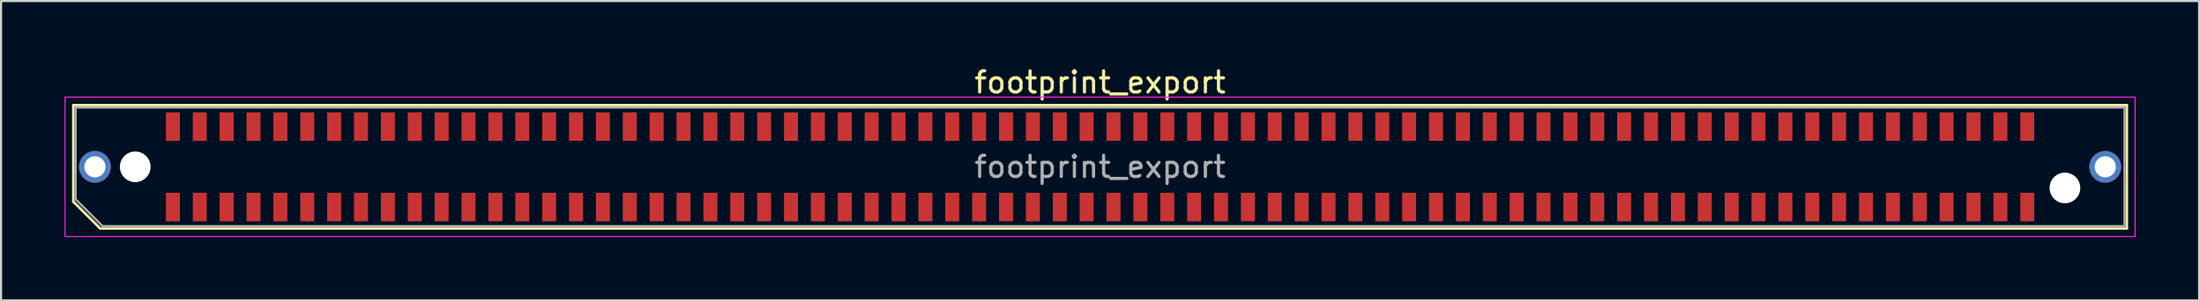
<source format=kicad_pcb>
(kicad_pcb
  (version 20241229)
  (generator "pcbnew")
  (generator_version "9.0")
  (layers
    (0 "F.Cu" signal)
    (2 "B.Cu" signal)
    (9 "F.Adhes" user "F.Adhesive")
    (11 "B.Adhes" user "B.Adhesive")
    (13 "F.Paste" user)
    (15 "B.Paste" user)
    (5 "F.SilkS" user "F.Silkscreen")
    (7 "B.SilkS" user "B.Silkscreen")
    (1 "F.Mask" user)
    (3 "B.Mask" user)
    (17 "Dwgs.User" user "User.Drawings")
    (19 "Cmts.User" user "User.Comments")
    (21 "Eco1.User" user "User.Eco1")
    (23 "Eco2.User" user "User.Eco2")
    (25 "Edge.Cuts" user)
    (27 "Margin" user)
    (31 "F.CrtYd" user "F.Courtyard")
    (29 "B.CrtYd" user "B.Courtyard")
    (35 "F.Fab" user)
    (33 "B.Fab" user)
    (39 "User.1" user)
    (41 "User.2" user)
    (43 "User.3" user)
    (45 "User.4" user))
  (footprint "footprint_export"
    (layer "F.Cu")
    (at 48.935 4.848)
    (property "Reference" "footprint_export" (at 0 -4 0) (layer "F.SilkS") (effects (font (size 1 1) (thickness 0.15))))
    (attr smd)
    (fp_line (start -48.52 -2.92) (end 48.52 -2.92) (stroke (width 0.12) (type solid)) (layer "F.SilkS"))
    (fp_line (start -48.52 1.65) (end -48.52 -2.92) (stroke (width 0.12) (type solid)) (layer "F.SilkS"))
    (fp_line (start -47.25 2.92) (end -48.52 1.65) (stroke (width 0.12) (type solid)) (layer "F.SilkS"))
    (fp_line (start -47.25 2.92) (end 48.52 2.92) (stroke (width 0.12) (type solid)) (layer "F.SilkS"))
    (fp_line (start 48.52 2.92) (end 48.52 -2.92) (stroke (width 0.12) (type solid)) (layer "F.SilkS"))
    (fp_line (start -48.91 -3.3) (end -48.91 3.3) (stroke (width 0.05) (type solid)) (layer "F.CrtYd"))
    (fp_line (start -48.91 3.3) (end 48.91 3.3) (stroke (width 0.05) (type solid)) (layer "F.CrtYd"))
    (fp_line (start 48.91 -3.3) (end -48.91 -3.3) (stroke (width 0.05) (type solid)) (layer "F.CrtYd"))
    (fp_line (start 48.91 3.3) (end 48.91 -3.3) (stroke (width 0.05) (type solid)) (layer "F.CrtYd"))
    (fp_line (start -48.41 -2.805) (end 48.41 -2.805) (stroke (width 0.1) (type solid)) (layer "F.Fab"))
    (fp_line (start -48.41 1.535) (end -48.41 -2.805) (stroke (width 0.1) (type solid)) (layer "F.Fab"))
    (fp_line (start -48.41 1.535) (end -47.14 2.805) (stroke (width 0.1) (type solid)) (layer "F.Fab"))
    (fp_line (start -47.14 2.805) (end 48.41 2.805) (stroke (width 0.1) (type solid)) (layer "F.Fab"))
    (fp_line (start 48.41 2.805) (end 48.41 -2.805) (stroke (width 0.1) (type solid)) (layer "F.Fab"))
    (fp_text user "${REFERENCE}" (at 0 0 0) (layer "F.Fab") (effects (font (size 1 1) (thickness 0.15))))
    (pad "" thru_hole circle (at -47.5 0) (size 1.5 1.5) (drill 1) (layers "*.Cu" "*.Mask"))
    (pad "" np_thru_hole circle (at -45.595 0) (size 1.45 1.45) (drill 1.45) (layers "*.Cu" "*.Mask"))
    (pad "" np_thru_hole circle (at 45.595 1) (size 1.45 1.45) (drill 1.45) (layers "*.Cu" "*.Mask"))
    (pad "" thru_hole circle (at 47.5 0) (size 1.5 1.5) (drill 1) (layers "*.Cu" "*.Mask"))
    (pad "1" smd rect (at -43.815 1.905) (size 0.66 1.35) (layers "F.Cu" "F.Mask" "F.Paste"))
    (pad "2" smd rect (at -43.815 -1.905) (size 0.66 1.35) (layers "F.Cu" "F.Mask" "F.Paste"))
    (pad "3" smd rect (at -42.545 1.905) (size 0.66 1.35) (layers "F.Cu" "F.Mask" "F.Paste"))
    (pad "4" smd rect (at -42.545 -1.905) (size 0.66 1.35) (layers "F.Cu" "F.Mask" "F.Paste"))
    (pad "5" smd rect (at -41.275 1.905) (size 0.66 1.35) (layers "F.Cu" "F.Mask" "F.Paste"))
    (pad "6" smd rect (at -41.275 -1.905) (size 0.66 1.35) (layers "F.Cu" "F.Mask" "F.Paste"))
    (pad "7" smd rect (at -40.005 1.905) (size 0.66 1.35) (layers "F.Cu" "F.Mask" "F.Paste"))
    (pad "8" smd rect (at -40.005 -1.905) (size 0.66 1.35) (layers "F.Cu" "F.Mask" "F.Paste"))
    (pad "9" smd rect (at -38.735 1.905) (size 0.66 1.35) (layers "F.Cu" "F.Mask" "F.Paste"))
    (pad "10" smd rect (at -38.735 -1.905) (size 0.66 1.35) (layers "F.Cu" "F.Mask" "F.Paste"))
    (pad "11" smd rect (at -37.465 1.905) (size 0.66 1.35) (layers "F.Cu" "F.Mask" "F.Paste"))
    (pad "12" smd rect (at -37.465 -1.905) (size 0.66 1.35) (layers "F.Cu" "F.Mask" "F.Paste"))
    (pad "13" smd rect (at -36.195 1.905) (size 0.66 1.35) (layers "F.Cu" "F.Mask" "F.Paste"))
    (pad "14" smd rect (at -36.195 -1.905) (size 0.66 1.35) (layers "F.Cu" "F.Mask" "F.Paste"))
    (pad "15" smd rect (at -34.925 1.905) (size 0.66 1.35) (layers "F.Cu" "F.Mask" "F.Paste"))
    (pad "16" smd rect (at -34.925 -1.905) (size 0.66 1.35) (layers "F.Cu" "F.Mask" "F.Paste"))
    (pad "17" smd rect (at -33.655 1.905) (size 0.66 1.35) (layers "F.Cu" "F.Mask" "F.Paste"))
    (pad "18" smd rect (at -33.655 -1.905) (size 0.66 1.35) (layers "F.Cu" "F.Mask" "F.Paste"))
    (pad "19" smd rect (at -32.385 1.905) (size 0.66 1.35) (layers "F.Cu" "F.Mask" "F.Paste"))
    (pad "20" smd rect (at -32.385 -1.905) (size 0.66 1.35) (layers "F.Cu" "F.Mask" "F.Paste"))
    (pad "21" smd rect (at -31.115 1.905) (size 0.66 1.35) (layers "F.Cu" "F.Mask" "F.Paste"))
    (pad "22" smd rect (at -31.115 -1.905) (size 0.66 1.35) (layers "F.Cu" "F.Mask" "F.Paste"))
    (pad "23" smd rect (at -29.845 1.905) (size 0.66 1.35) (layers "F.Cu" "F.Mask" "F.Paste"))
    (pad "24" smd rect (at -29.845 -1.905) (size 0.66 1.35) (layers "F.Cu" "F.Mask" "F.Paste"))
    (pad "25" smd rect (at -28.575 1.905) (size 0.66 1.35) (layers "F.Cu" "F.Mask" "F.Paste"))
    (pad "26" smd rect (at -28.575 -1.905) (size 0.66 1.35) (layers "F.Cu" "F.Mask" "F.Paste"))
    (pad "27" smd rect (at -27.305 1.905) (size 0.66 1.35) (layers "F.Cu" "F.Mask" "F.Paste"))
    (pad "28" smd rect (at -27.305 -1.905) (size 0.66 1.35) (layers "F.Cu" "F.Mask" "F.Paste"))
    (pad "29" smd rect (at -26.035 1.905) (size 0.66 1.35) (layers "F.Cu" "F.Mask" "F.Paste"))
    (pad "30" smd rect (at -26.035 -1.905) (size 0.66 1.35) (layers "F.Cu" "F.Mask" "F.Paste"))
    (pad "31" smd rect (at -24.765 1.905) (size 0.66 1.35) (layers "F.Cu" "F.Mask" "F.Paste"))
    (pad "32" smd rect (at -24.765 -1.905) (size 0.66 1.35) (layers "F.Cu" "F.Mask" "F.Paste"))
    (pad "33" smd rect (at -23.495 1.905) (size 0.66 1.35) (layers "F.Cu" "F.Mask" "F.Paste"))
    (pad "34" smd rect (at -23.495 -1.905) (size 0.66 1.35) (layers "F.Cu" "F.Mask" "F.Paste"))
    (pad "35" smd rect (at -22.225 1.905) (size 0.66 1.35) (layers "F.Cu" "F.Mask" "F.Paste"))
    (pad "36" smd rect (at -22.225 -1.905) (size 0.66 1.35) (layers "F.Cu" "F.Mask" "F.Paste"))
    (pad "37" smd rect (at -20.955 1.905) (size 0.66 1.35) (layers "F.Cu" "F.Mask" "F.Paste"))
    (pad "38" smd rect (at -20.955 -1.905) (size 0.66 1.35) (layers "F.Cu" "F.Mask" "F.Paste"))
    (pad "39" smd rect (at -19.685 1.905) (size 0.66 1.35) (layers "F.Cu" "F.Mask" "F.Paste"))
    (pad "40" smd rect (at -19.685 -1.905) (size 0.66 1.35) (layers "F.Cu" "F.Mask" "F.Paste"))
    (pad "41" smd rect (at -18.415 1.905) (size 0.66 1.35) (layers "F.Cu" "F.Mask" "F.Paste"))
    (pad "42" smd rect (at -18.415 -1.905) (size 0.66 1.35) (layers "F.Cu" "F.Mask" "F.Paste"))
    (pad "43" smd rect (at -17.145 1.905) (size 0.66 1.35) (layers "F.Cu" "F.Mask" "F.Paste"))
    (pad "44" smd rect (at -17.145 -1.905) (size 0.66 1.35) (layers "F.Cu" "F.Mask" "F.Paste"))
    (pad "45" smd rect (at -15.875 1.905) (size 0.66 1.35) (layers "F.Cu" "F.Mask" "F.Paste"))
    (pad "46" smd rect (at -15.875 -1.905) (size 0.66 1.35) (layers "F.Cu" "F.Mask" "F.Paste"))
    (pad "47" smd rect (at -14.605 1.905) (size 0.66 1.35) (layers "F.Cu" "F.Mask" "F.Paste"))
    (pad "48" smd rect (at -14.605 -1.905) (size 0.66 1.35) (layers "F.Cu" "F.Mask" "F.Paste"))
    (pad "49" smd rect (at -13.335 1.905) (size 0.66 1.35) (layers "F.Cu" "F.Mask" "F.Paste"))
    (pad "50" smd rect (at -13.335 -1.905) (size 0.66 1.35) (layers "F.Cu" "F.Mask" "F.Paste"))
    (pad "51" smd rect (at -12.065 1.905) (size 0.66 1.35) (layers "F.Cu" "F.Mask" "F.Paste"))
    (pad "52" smd rect (at -12.065 -1.905) (size 0.66 1.35) (layers "F.Cu" "F.Mask" "F.Paste"))
    (pad "53" smd rect (at -10.795 1.905) (size 0.66 1.35) (layers "F.Cu" "F.Mask" "F.Paste"))
    (pad "54" smd rect (at -10.795 -1.905) (size 0.66 1.35) (layers "F.Cu" "F.Mask" "F.Paste"))
    (pad "55" smd rect (at -9.525 1.905) (size 0.66 1.35) (layers "F.Cu" "F.Mask" "F.Paste"))
    (pad "56" smd rect (at -9.525 -1.905) (size 0.66 1.35) (layers "F.Cu" "F.Mask" "F.Paste"))
    (pad "57" smd rect (at -8.255 1.905) (size 0.66 1.35) (layers "F.Cu" "F.Mask" "F.Paste"))
    (pad "58" smd rect (at -8.255 -1.905) (size 0.66 1.35) (layers "F.Cu" "F.Mask" "F.Paste"))
    (pad "59" smd rect (at -6.985 1.905) (size 0.66 1.35) (layers "F.Cu" "F.Mask" "F.Paste"))
    (pad "60" smd rect (at -6.985 -1.905) (size 0.66 1.35) (layers "F.Cu" "F.Mask" "F.Paste"))
    (pad "61" smd rect (at -5.715 1.905) (size 0.66 1.35) (layers "F.Cu" "F.Mask" "F.Paste"))
    (pad "62" smd rect (at -5.715 -1.905) (size 0.66 1.35) (layers "F.Cu" "F.Mask" "F.Paste"))
    (pad "63" smd rect (at -4.445 1.905) (size 0.66 1.35) (layers "F.Cu" "F.Mask" "F.Paste"))
    (pad "64" smd rect (at -4.445 -1.905) (size 0.66 1.35) (layers "F.Cu" "F.Mask" "F.Paste"))
    (pad "65" smd rect (at -3.175 1.905) (size 0.66 1.35) (layers "F.Cu" "F.Mask" "F.Paste"))
    (pad "66" smd rect (at -3.175 -1.905) (size 0.66 1.35) (layers "F.Cu" "F.Mask" "F.Paste"))
    (pad "67" smd rect (at -1.905 1.905) (size 0.66 1.35) (layers "F.Cu" "F.Mask" "F.Paste"))
    (pad "68" smd rect (at -1.905 -1.905) (size 0.66 1.35) (layers "F.Cu" "F.Mask" "F.Paste"))
    (pad "69" smd rect (at -0.635 1.905) (size 0.66 1.35) (layers "F.Cu" "F.Mask" "F.Paste"))
    (pad "70" smd rect (at -0.635 -1.905) (size 0.66 1.35) (layers "F.Cu" "F.Mask" "F.Paste"))
    (pad "71" smd rect (at 0.635 1.905) (size 0.66 1.35) (layers "F.Cu" "F.Mask" "F.Paste"))
    (pad "72" smd rect (at 0.635 -1.905) (size 0.66 1.35) (layers "F.Cu" "F.Mask" "F.Paste"))
    (pad "73" smd rect (at 1.905 1.905) (size 0.66 1.35) (layers "F.Cu" "F.Mask" "F.Paste"))
    (pad "74" smd rect (at 1.905 -1.905) (size 0.66 1.35) (layers "F.Cu" "F.Mask" "F.Paste"))
    (pad "75" smd rect (at 3.175 1.905) (size 0.66 1.35) (layers "F.Cu" "F.Mask" "F.Paste"))
    (pad "76" smd rect (at 3.175 -1.905) (size 0.66 1.35) (layers "F.Cu" "F.Mask" "F.Paste"))
    (pad "77" smd rect (at 4.445 1.905) (size 0.66 1.35) (layers "F.Cu" "F.Mask" "F.Paste"))
    (pad "78" smd rect (at 4.445 -1.905) (size 0.66 1.35) (layers "F.Cu" "F.Mask" "F.Paste"))
    (pad "79" smd rect (at 5.715 1.905) (size 0.66 1.35) (layers "F.Cu" "F.Mask" "F.Paste"))
    (pad "80" smd rect (at 5.715 -1.905) (size 0.66 1.35) (layers "F.Cu" "F.Mask" "F.Paste"))
    (pad "81" smd rect (at 6.985 1.905) (size 0.66 1.35) (layers "F.Cu" "F.Mask" "F.Paste"))
    (pad "82" smd rect (at 6.985 -1.905) (size 0.66 1.35) (layers "F.Cu" "F.Mask" "F.Paste"))
    (pad "83" smd rect (at 8.255 1.905) (size 0.66 1.35) (layers "F.Cu" "F.Mask" "F.Paste"))
    (pad "84" smd rect (at 8.255 -1.905) (size 0.66 1.35) (layers "F.Cu" "F.Mask" "F.Paste"))
    (pad "85" smd rect (at 9.525 1.905) (size 0.66 1.35) (layers "F.Cu" "F.Mask" "F.Paste"))
    (pad "86" smd rect (at 9.525 -1.905) (size 0.66 1.35) (layers "F.Cu" "F.Mask" "F.Paste"))
    (pad "87" smd rect (at 10.795 1.905) (size 0.66 1.35) (layers "F.Cu" "F.Mask" "F.Paste"))
    (pad "88" smd rect (at 10.795 -1.905) (size 0.66 1.35) (layers "F.Cu" "F.Mask" "F.Paste"))
    (pad "89" smd rect (at 12.065 1.905) (size 0.66 1.35) (layers "F.Cu" "F.Mask" "F.Paste"))
    (pad "90" smd rect (at 12.065 -1.905) (size 0.66 1.35) (layers "F.Cu" "F.Mask" "F.Paste"))
    (pad "91" smd rect (at 13.335 1.905) (size 0.66 1.35) (layers "F.Cu" "F.Mask" "F.Paste"))
    (pad "92" smd rect (at 13.335 -1.905) (size 0.66 1.35) (layers "F.Cu" "F.Mask" "F.Paste"))
    (pad "93" smd rect (at 14.605 1.905) (size 0.66 1.35) (layers "F.Cu" "F.Mask" "F.Paste"))
    (pad "94" smd rect (at 14.605 -1.905) (size 0.66 1.35) (layers "F.Cu" "F.Mask" "F.Paste"))
    (pad "95" smd rect (at 15.875 1.905) (size 0.66 1.35) (layers "F.Cu" "F.Mask" "F.Paste"))
    (pad "96" smd rect (at 15.875 -1.905) (size 0.66 1.35) (layers "F.Cu" "F.Mask" "F.Paste"))
    (pad "97" smd rect (at 17.145 1.905) (size 0.66 1.35) (layers "F.Cu" "F.Mask" "F.Paste"))
    (pad "98" smd rect (at 17.145 -1.905) (size 0.66 1.35) (layers "F.Cu" "F.Mask" "F.Paste"))
    (pad "99" smd rect (at 18.415 1.905) (size 0.66 1.35) (layers "F.Cu" "F.Mask" "F.Paste"))
    (pad "100" smd rect (at 18.415 -1.905) (size 0.66 1.35) (layers "F.Cu" "F.Mask" "F.Paste"))
    (pad "101" smd rect (at 19.685 1.905) (size 0.66 1.35) (layers "F.Cu" "F.Mask" "F.Paste"))
    (pad "102" smd rect (at 19.685 -1.905) (size 0.66 1.35) (layers "F.Cu" "F.Mask" "F.Paste"))
    (pad "103" smd rect (at 20.955 1.905) (size 0.66 1.35) (layers "F.Cu" "F.Mask" "F.Paste"))
    (pad "104" smd rect (at 20.955 -1.905) (size 0.66 1.35) (layers "F.Cu" "F.Mask" "F.Paste"))
    (pad "105" smd rect (at 22.225 1.905) (size 0.66 1.35) (layers "F.Cu" "F.Mask" "F.Paste"))
    (pad "106" smd rect (at 22.225 -1.905) (size 0.66 1.35) (layers "F.Cu" "F.Mask" "F.Paste"))
    (pad "107" smd rect (at 23.495 1.905) (size 0.66 1.35) (layers "F.Cu" "F.Mask" "F.Paste"))
    (pad "108" smd rect (at 23.495 -1.905) (size 0.66 1.35) (layers "F.Cu" "F.Mask" "F.Paste"))
    (pad "109" smd rect (at 24.765 1.905) (size 0.66 1.35) (layers "F.Cu" "F.Mask" "F.Paste"))
    (pad "110" smd rect (at 24.765 -1.905) (size 0.66 1.35) (layers "F.Cu" "F.Mask" "F.Paste"))
    (pad "111" smd rect (at 26.035 1.905) (size 0.66 1.35) (layers "F.Cu" "F.Mask" "F.Paste"))
    (pad "112" smd rect (at 26.035 -1.905) (size 0.66 1.35) (layers "F.Cu" "F.Mask" "F.Paste"))
    (pad "113" smd rect (at 27.305 1.905) (size 0.66 1.35) (layers "F.Cu" "F.Mask" "F.Paste"))
    (pad "114" smd rect (at 27.305 -1.905) (size 0.66 1.35) (layers "F.Cu" "F.Mask" "F.Paste"))
    (pad "115" smd rect (at 28.575 1.905) (size 0.66 1.35) (layers "F.Cu" "F.Mask" "F.Paste"))
    (pad "116" smd rect (at 28.575 -1.905) (size 0.66 1.35) (layers "F.Cu" "F.Mask" "F.Paste"))
    (pad "117" smd rect (at 29.845 1.905) (size 0.66 1.35) (layers "F.Cu" "F.Mask" "F.Paste"))
    (pad "118" smd rect (at 29.845 -1.905) (size 0.66 1.35) (layers "F.Cu" "F.Mask" "F.Paste"))
    (pad "119" smd rect (at 31.115 1.905) (size 0.66 1.35) (layers "F.Cu" "F.Mask" "F.Paste"))
    (pad "120" smd rect (at 31.115 -1.905) (size 0.66 1.35) (layers "F.Cu" "F.Mask" "F.Paste"))
    (pad "121" smd rect (at 32.385 1.905) (size 0.66 1.35) (layers "F.Cu" "F.Mask" "F.Paste"))
    (pad "122" smd rect (at 32.385 -1.905) (size 0.66 1.35) (layers "F.Cu" "F.Mask" "F.Paste"))
    (pad "123" smd rect (at 33.655 1.905) (size 0.66 1.35) (layers "F.Cu" "F.Mask" "F.Paste"))
    (pad "124" smd rect (at 33.655 -1.905) (size 0.66 1.35) (layers "F.Cu" "F.Mask" "F.Paste"))
    (pad "125" smd rect (at 34.925 1.905) (size 0.66 1.35) (layers "F.Cu" "F.Mask" "F.Paste"))
    (pad "126" smd rect (at 34.925 -1.905) (size 0.66 1.35) (layers "F.Cu" "F.Mask" "F.Paste"))
    (pad "127" smd rect (at 36.195 1.905) (size 0.66 1.35) (layers "F.Cu" "F.Mask" "F.Paste"))
    (pad "128" smd rect (at 36.195 -1.905) (size 0.66 1.35) (layers "F.Cu" "F.Mask" "F.Paste"))
    (pad "129" smd rect (at 37.465 1.905) (size 0.66 1.35) (layers "F.Cu" "F.Mask" "F.Paste"))
    (pad "130" smd rect (at 37.465 -1.905) (size 0.66 1.35) (layers "F.Cu" "F.Mask" "F.Paste"))
    (pad "131" smd rect (at 38.735 1.905) (size 0.66 1.35) (layers "F.Cu" "F.Mask" "F.Paste"))
    (pad "132" smd rect (at 38.735 -1.905) (size 0.66 1.35) (layers "F.Cu" "F.Mask" "F.Paste"))
    (pad "133" smd rect (at 40.005 1.905) (size 0.66 1.35) (layers "F.Cu" "F.Mask" "F.Paste"))
    (pad "134" smd rect (at 40.005 -1.905) (size 0.66 1.35) (layers "F.Cu" "F.Mask" "F.Paste"))
    (pad "135" smd rect (at 41.275 1.905) (size 0.66 1.35) (layers "F.Cu" "F.Mask" "F.Paste"))
    (pad "136" smd rect (at 41.275 -1.905) (size 0.66 1.35) (layers "F.Cu" "F.Mask" "F.Paste"))
    (pad "137" smd rect (at 42.545 1.905) (size 0.66 1.35) (layers "F.Cu" "F.Mask" "F.Paste"))
    (pad "138" smd rect (at 42.545 -1.905) (size 0.66 1.35) (layers "F.Cu" "F.Mask" "F.Paste"))
    (pad "139" smd rect (at 43.815 1.905) (size 0.66 1.35) (layers "F.Cu" "F.Mask" "F.Paste"))
    (pad "140" smd rect (at 43.815 -1.905) (size 0.66 1.35) (layers "F.Cu" "F.Mask" "F.Paste")))
  (gr_rect
    (start -3 -3)
    (end 100.87 11.173)
    (stroke (width 0.1) (type default))
    (fill no)
    (layer "Edge.Cuts")))
</source>
